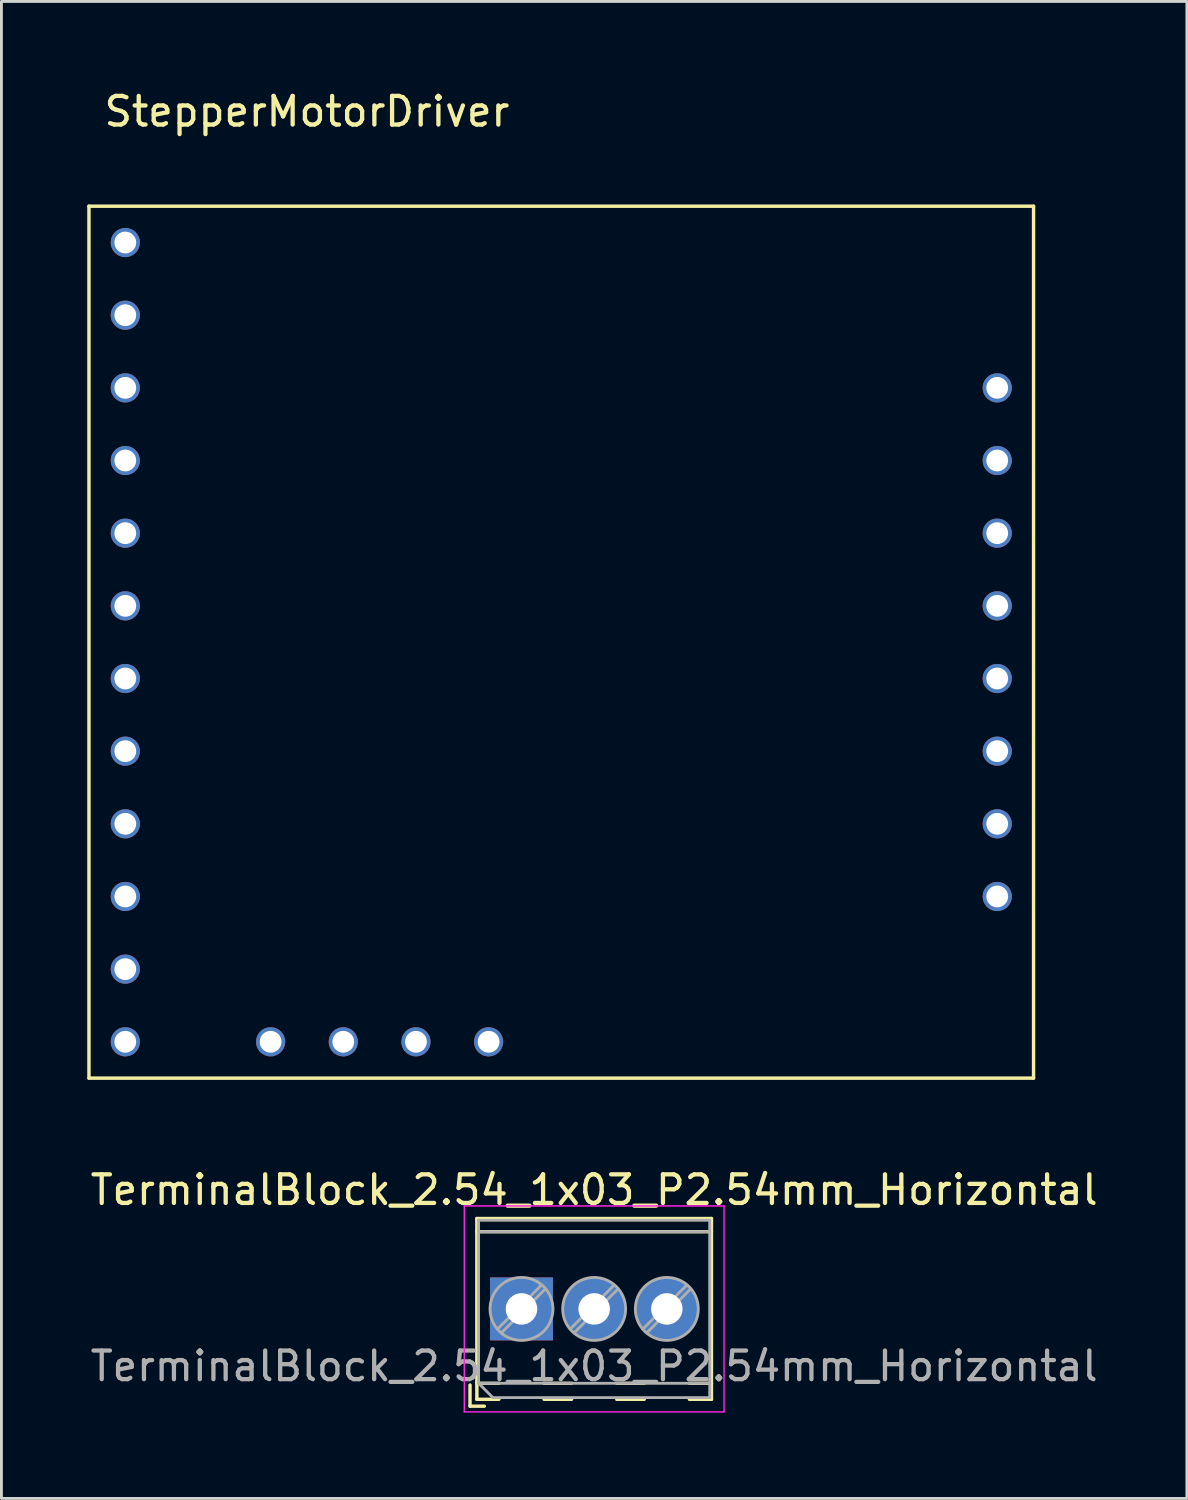
<source format=kicad_pcb>
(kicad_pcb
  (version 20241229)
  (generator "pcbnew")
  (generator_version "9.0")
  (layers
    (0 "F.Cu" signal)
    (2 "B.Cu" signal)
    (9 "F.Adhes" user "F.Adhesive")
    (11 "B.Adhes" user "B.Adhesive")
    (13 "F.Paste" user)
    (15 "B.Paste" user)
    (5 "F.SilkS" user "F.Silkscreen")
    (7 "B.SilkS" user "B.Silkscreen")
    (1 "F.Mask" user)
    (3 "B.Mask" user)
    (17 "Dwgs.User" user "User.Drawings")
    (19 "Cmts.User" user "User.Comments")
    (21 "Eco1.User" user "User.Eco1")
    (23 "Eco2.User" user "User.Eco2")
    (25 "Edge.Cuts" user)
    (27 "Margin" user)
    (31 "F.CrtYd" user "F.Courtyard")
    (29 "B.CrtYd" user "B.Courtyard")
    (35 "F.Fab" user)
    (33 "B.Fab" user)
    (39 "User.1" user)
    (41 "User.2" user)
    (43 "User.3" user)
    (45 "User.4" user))
  (footprint "StepperMotorDriver"
    (layer "F.Cu")
    (at 7.68 5.428)
    (property "Reference" "StepperMotorDriver" (at 0 -4.58 0) (layer "F.SilkS") (effects (font (size 1 1) (thickness 0.15))))
    (attr through_hole)
    (fp_line (start -7.62 -1.27) (end 25.4 -1.27) (stroke (width 0.12) (type solid)) (layer "F.SilkS"))
    (fp_line (start -7.62 29.21) (end -7.62 -1.27) (stroke (width 0.12) (type solid)) (layer "F.SilkS"))
    (fp_line (start 25.4 -1.27) (end 25.4 29.21) (stroke (width 0.12) (type solid)) (layer "F.SilkS"))
    (fp_line (start 25.4 29.21) (end -7.62 29.21) (stroke (width 0.12) (type solid)) (layer "F.SilkS"))
    (pad "1" thru_hole circle (at -6.35 0) (size 1.02 1.02) (drill 0.762) (layers "*.Cu" "*.Mask"))
    (pad "2" thru_hole circle (at -6.35 2.54) (size 1.02 1.02) (drill 0.762) (layers "*.Cu" "*.Mask"))
    (pad "3" thru_hole circle (at -6.35 5.08) (size 1.02 1.02) (drill 0.762) (layers "*.Cu" "*.Mask"))
    (pad "4" thru_hole circle (at -6.35 7.62) (size 1.02 1.02) (drill 0.762) (layers "*.Cu" "*.Mask"))
    (pad "5" thru_hole circle (at -6.35 10.16) (size 1.02 1.02) (drill 0.762) (layers "*.Cu" "*.Mask"))
    (pad "6" thru_hole circle (at -6.35 12.7) (size 1.02 1.02) (drill 0.762) (layers "*.Cu" "*.Mask"))
    (pad "7" thru_hole circle (at -6.35 15.24) (size 1.02 1.02) (drill 0.762) (layers "*.Cu" "*.Mask"))
    (pad "8" thru_hole circle (at -6.35 17.78) (size 1.02 1.02) (drill 0.762) (layers "*.Cu" "*.Mask"))
    (pad "9" thru_hole circle (at -6.35 20.32) (size 1.02 1.02) (drill 0.762) (layers "*.Cu" "*.Mask"))
    (pad "10" thru_hole circle (at -6.35 22.86) (size 1.02 1.02) (drill 0.762) (layers "*.Cu" "*.Mask"))
    (pad "11" thru_hole circle (at -6.35 25.4) (size 1.02 1.02) (drill 0.762) (layers "*.Cu" "*.Mask"))
    (pad "12" thru_hole circle (at -6.35 27.94) (size 1.02 1.02) (drill 0.762) (layers "*.Cu" "*.Mask"))
    (pad "13" thru_hole circle (at -1.27 27.94) (size 1.02 1.02) (drill 0.762) (layers "*.Cu" "*.Mask"))
    (pad "14" thru_hole circle (at 1.27 27.94) (size 1.02 1.02) (drill 0.762) (layers "*.Cu" "*.Mask"))
    (pad "15" thru_hole circle (at 3.81 27.94) (size 1.02 1.02) (drill 0.762) (layers "*.Cu" "*.Mask"))
    (pad "16" thru_hole circle (at 6.35 27.94) (size 1.02 1.02) (drill 0.762) (layers "*.Cu" "*.Mask"))
    (pad "17" thru_hole circle (at 24.13 5.08) (size 1.02 1.02) (drill 0.762) (layers "*.Cu" "*.Mask"))
    (pad "18" thru_hole circle (at 24.13 7.62) (size 1.02 1.02) (drill 0.762) (layers "*.Cu" "*.Mask"))
    (pad "18" thru_hole circle (at 24.13 22.86) (size 1.02 1.02) (drill 0.762) (layers "*.Cu" "*.Mask"))
    (pad "19" thru_hole circle (at 24.13 10.16) (size 1.02 1.02) (drill 0.762) (layers "*.Cu" "*.Mask"))
    (pad "20" thru_hole circle (at 24.13 12.7) (size 1.02 1.02) (drill 0.762) (layers "*.Cu" "*.Mask"))
    (pad "21" thru_hole circle (at 24.13 15.24) (size 1.02 1.02) (drill 0.762) (layers "*.Cu" "*.Mask"))
    (pad "22" thru_hole circle (at 24.13 17.78) (size 1.02 1.02) (drill 0.762) (layers "*.Cu" "*.Mask"))
    (pad "23" thru_hole circle (at 24.13 20.32) (size 1.02 1.02) (drill 0.762) (layers "*.Cu" "*.Mask")))
  (footprint "TerminalBlock_2.54_1x03_P2.54mm_Horizontal"
    (layer "F.Cu")
    (at 15.18 42.706)
    (property "Reference" "TerminalBlock_2.54_1x03_P2.54mm_Horizontal" (at 2.54 -4.16 0) (layer "F.SilkS") (effects (font (size 1 1) (thickness 0.15))))
    (attr through_hole)
    (fp_line (start -1.8 2.66) (end -1.8 3.4) (stroke (width 0.12) (type solid)) (layer "F.SilkS"))
    (fp_line (start -1.8 3.4) (end -1.3 3.4) (stroke (width 0.12) (type solid)) (layer "F.SilkS"))
    (fp_line (start -1.56 -3.16) (end -1.56 3.16) (stroke (width 0.12) (type solid)) (layer "F.SilkS"))
    (fp_line (start -1.56 -3.16) (end 6.64 -3.16) (stroke (width 0.12) (type solid)) (layer "F.SilkS"))
    (fp_line (start -1.56 -2.7) (end 6.64 -2.7) (stroke (width 0.12) (type solid)) (layer "F.SilkS"))
    (fp_line (start -1.56 2.6) (end -0.79 2.6) (stroke (width 0.12) (type solid)) (layer "F.SilkS"))
    (fp_line (start -1.56 3.16) (end -0.79 3.16) (stroke (width 0.12) (type solid)) (layer "F.SilkS"))
    (fp_line (start 0.79 2.6) (end 1.75 2.6) (stroke (width 0.12) (type solid)) (layer "F.SilkS"))
    (fp_line (start 0.79 3.16) (end 1.75 3.16) (stroke (width 0.12) (type solid)) (layer "F.SilkS"))
    (fp_line (start 3.33 2.6) (end 4.29 2.6) (stroke (width 0.12) (type solid)) (layer "F.SilkS"))
    (fp_line (start 3.33 3.16) (end 4.29 3.16) (stroke (width 0.12) (type solid)) (layer "F.SilkS"))
    (fp_line (start 5.87 2.6) (end 6.64 2.6) (stroke (width 0.12) (type solid)) (layer "F.SilkS"))
    (fp_line (start 5.87 3.16) (end 6.64 3.16) (stroke (width 0.12) (type solid)) (layer "F.SilkS"))
    (fp_line (start 6.64 -3.16) (end 6.64 3.16) (stroke (width 0.12) (type solid)) (layer "F.SilkS"))
    (fp_line (start -2 -3.6) (end -2 3.6) (stroke (width 0.05) (type solid)) (layer "F.CrtYd"))
    (fp_line (start -2 3.6) (end 7.08 3.6) (stroke (width 0.05) (type solid)) (layer "F.CrtYd"))
    (fp_line (start 7.08 -3.6) (end -2 -3.6) (stroke (width 0.05) (type solid)) (layer "F.CrtYd"))
    (fp_line (start 7.08 3.6) (end 7.08 -3.6) (stroke (width 0.05) (type solid)) (layer "F.CrtYd"))
    (fp_line (start -1.5 -3.1) (end 6.58 -3.1) (stroke (width 0.1) (type solid)) (layer "F.Fab"))
    (fp_line (start -1.5 -2.7) (end 6.58 -2.7) (stroke (width 0.1) (type solid)) (layer "F.Fab"))
    (fp_line (start -1.5 2.6) (end -1.5 -3.1) (stroke (width 0.1) (type solid)) (layer "F.Fab"))
    (fp_line (start -1.5 2.6) (end 6.58 2.6) (stroke (width 0.1) (type solid)) (layer "F.Fab"))
    (fp_line (start -1 3.1) (end -1.5 2.6) (stroke (width 0.1) (type solid)) (layer "F.Fab"))
    (fp_line (start 0.701 -0.835) (end -0.835 0.7) (stroke (width 0.1) (type solid)) (layer "F.Fab"))
    (fp_line (start 0.835 -0.7) (end -0.701 0.835) (stroke (width 0.1) (type solid)) (layer "F.Fab"))
    (fp_line (start 3.241 -0.835) (end 1.706 0.7) (stroke (width 0.1) (type solid)) (layer "F.Fab"))
    (fp_line (start 3.375 -0.7) (end 1.84 0.835) (stroke (width 0.1) (type solid)) (layer "F.Fab"))
    (fp_line (start 5.781 -0.835) (end 4.246 0.7) (stroke (width 0.1) (type solid)) (layer "F.Fab"))
    (fp_line (start 5.915 -0.7) (end 4.38 0.835) (stroke (width 0.1) (type solid)) (layer "F.Fab"))
    (fp_line (start 6.58 -3.1) (end 6.58 3.1) (stroke (width 0.1) (type solid)) (layer "F.Fab"))
    (fp_line (start 6.58 3.1) (end -1 3.1) (stroke (width 0.1) (type solid)) (layer "F.Fab"))
    (fp_circle (center 0 0) (end 1.1 0) (stroke (width 0.1) (type solid)) (fill no) (layer "F.Fab"))
    (fp_circle (center 2.54 0) (end 3.64 0) (stroke (width 0.1) (type solid)) (fill no) (layer "F.Fab"))
    (fp_circle (center 5.08 0) (end 6.18 0) (stroke (width 0.1) (type solid)) (fill no) (layer "F.Fab"))
    (fp_text user "${REFERENCE}" (at 2.54 2 0) (layer "F.Fab") (effects (font (size 1 1) (thickness 0.15))))
    (pad "1" thru_hole rect (at 0 0) (size 2.2 2.2) (drill 1.1) (layers "*.Cu" "*.Mask"))
    (pad "2" thru_hole circle (at 2.54 0) (size 2.2 2.2) (drill 1.1) (layers "*.Cu" "*.Mask"))
    (pad "3" thru_hole circle (at 5.08 0) (size 2.2 2.2) (drill 1.1) (layers "*.Cu" "*.Mask")))
  (gr_rect
    (start -3 -3)
    (end 38.44 49.331)
    (stroke (width 0.1) (type default))
    (fill no)
    (layer "Edge.Cuts")))
</source>
